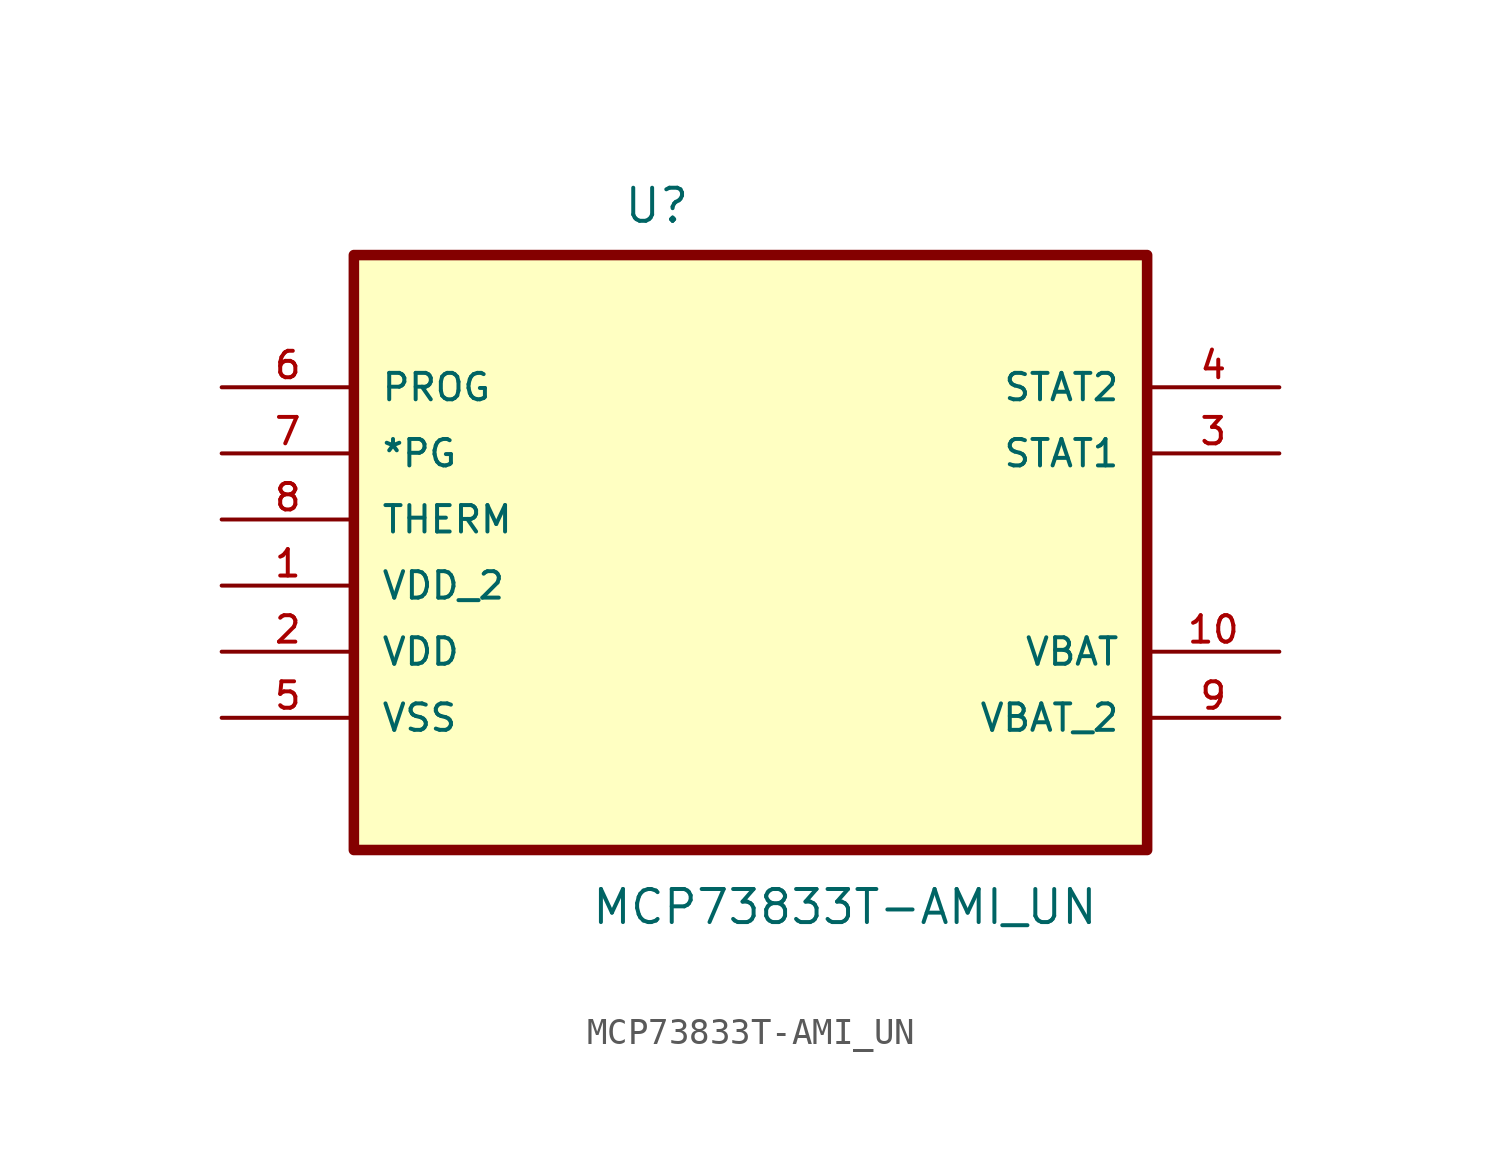
<source format=kicad_sym>
(kicad_symbol_lib
  (version 20211014)
  (generator kicad_symbol_editor)
  (symbol "MCP73833T-AMI_UN"
    (pin_names
      (offset 1.016))
    (property "Reference" "U"
      (at -4.908 8.774 0.0)
      (effects (font (size 1.27 1.27)) (justify bottom left)))
    (property "Value" "MCP73833T-AMI_UN"
      (at -6.15 -18.172 0.0)
      (effects (font (size 1.27 1.27)) (justify bottom left)))
    (symbol "MCP73833T-AMI_UN_0_0"
      (rectangle (start -15.24 -15.24) (end 15.24 7.62) (stroke (width 0.406)) (fill (type background)))
      (pin input line (at -20.32 2.54 0) (length 5.08) (name "PROG" (effects (font (size 1.016 1.016)))) (number "6" (effects (font (size 1.016 1.016)))))
      (pin input line (at -20.32 0.0 0) (length 5.08) (name "*PG" (effects (font (size 1.016 1.016)))) (number "7" (effects (font (size 1.016 1.016)))))
      (pin input line (at -20.32 -2.54 0) (length 5.08) (name "THERM" (effects (font (size 1.016 1.016)))) (number "8" (effects (font (size 1.016 1.016)))))
      (pin power_in line (at -20.32 -5.08 0) (length 5.08) (name "VDD_2" (effects (font (size 1.016 1.016)))) (number "1" (effects (font (size 1.016 1.016)))))
      (pin power_in line (at -20.32 -7.62 0) (length 5.08) (name "VDD" (effects (font (size 1.016 1.016)))) (number "2" (effects (font (size 1.016 1.016)))))
      (pin passive line (at -20.32 -10.16 0) (length 5.08) (name "VSS" (effects (font (size 1.016 1.016)))) (number "5" (effects (font (size 1.016 1.016)))))
      (pin output line (at 20.32 -10.16 180.0) (length 5.08) (name "VBAT_2" (effects (font (size 1.016 1.016)))) (number "9" (effects (font (size 1.016 1.016)))))
      (pin output line (at 20.32 -7.62 180.0) (length 5.08) (name "VBAT" (effects (font (size 1.016 1.016)))) (number "10" (effects (font (size 1.016 1.016)))))
      (pin output line (at 20.32 0.0 180.0) (length 5.08) (name "STAT1" (effects (font (size 1.016 1.016)))) (number "3" (effects (font (size 1.016 1.016)))))
      (pin output line (at 20.32 2.54 180.0) (length 5.08) (name "STAT2" (effects (font (size 1.016 1.016)))) (number "4" (effects (font (size 1.016 1.016))))))))
</source>
